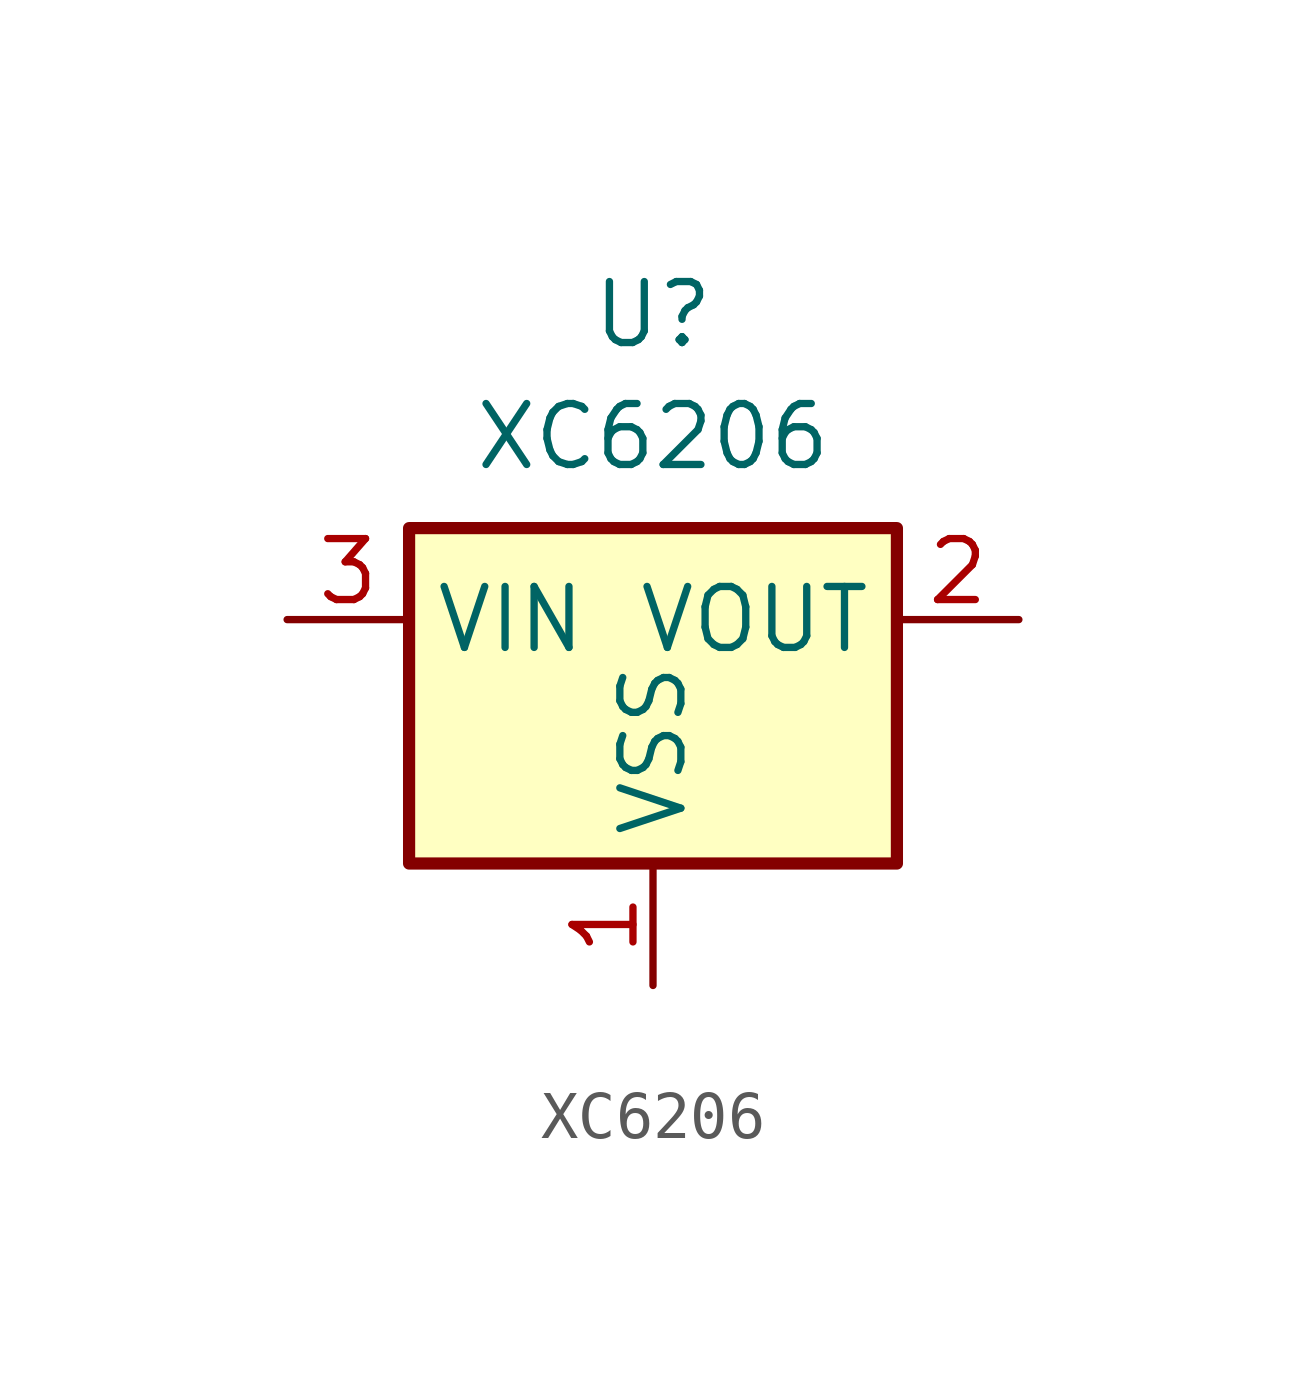
<source format=kicad_sym>
(kicad_symbol_lib
  (version 20211014)
  (generator kicad_symbol_editor)
  (symbol "XC6206"
    (property "Reference" "U"
      (at 0 7.62 0)
      (effects (font (size 1.27 1.27))))
    (property "Value" "XC6206"
      (at 0 5.08 0)
      (effects (font (size 1.27 1.27))))
    (symbol "XC6206_0_1"
      (rectangle (start -5.08 3.175) (end 5.08 -3.81) (stroke (width 0.254) (type default) (color 0 0 0 0)) (fill (type background))))
    (symbol "XC6206_1_1"
      (pin power_in line (at 0 -6.35 90) (length 2.54) (name "VSS" (effects (font (size 1.27 1.27)))) (number "1" (effects (font (size 1.27 1.27)))))
      (pin power_out line (at 7.62 1.27 180) (length 2.54) (name "VOUT" (effects (font (size 1.27 1.27)))) (number "2" (effects (font (size 1.27 1.27)))))
      (pin power_in line (at -7.62 1.27 0) (length 2.54) (name "VIN" (effects (font (size 1.27 1.27)))) (number "3" (effects (font (size 1.27 1.27))))))))
</source>
